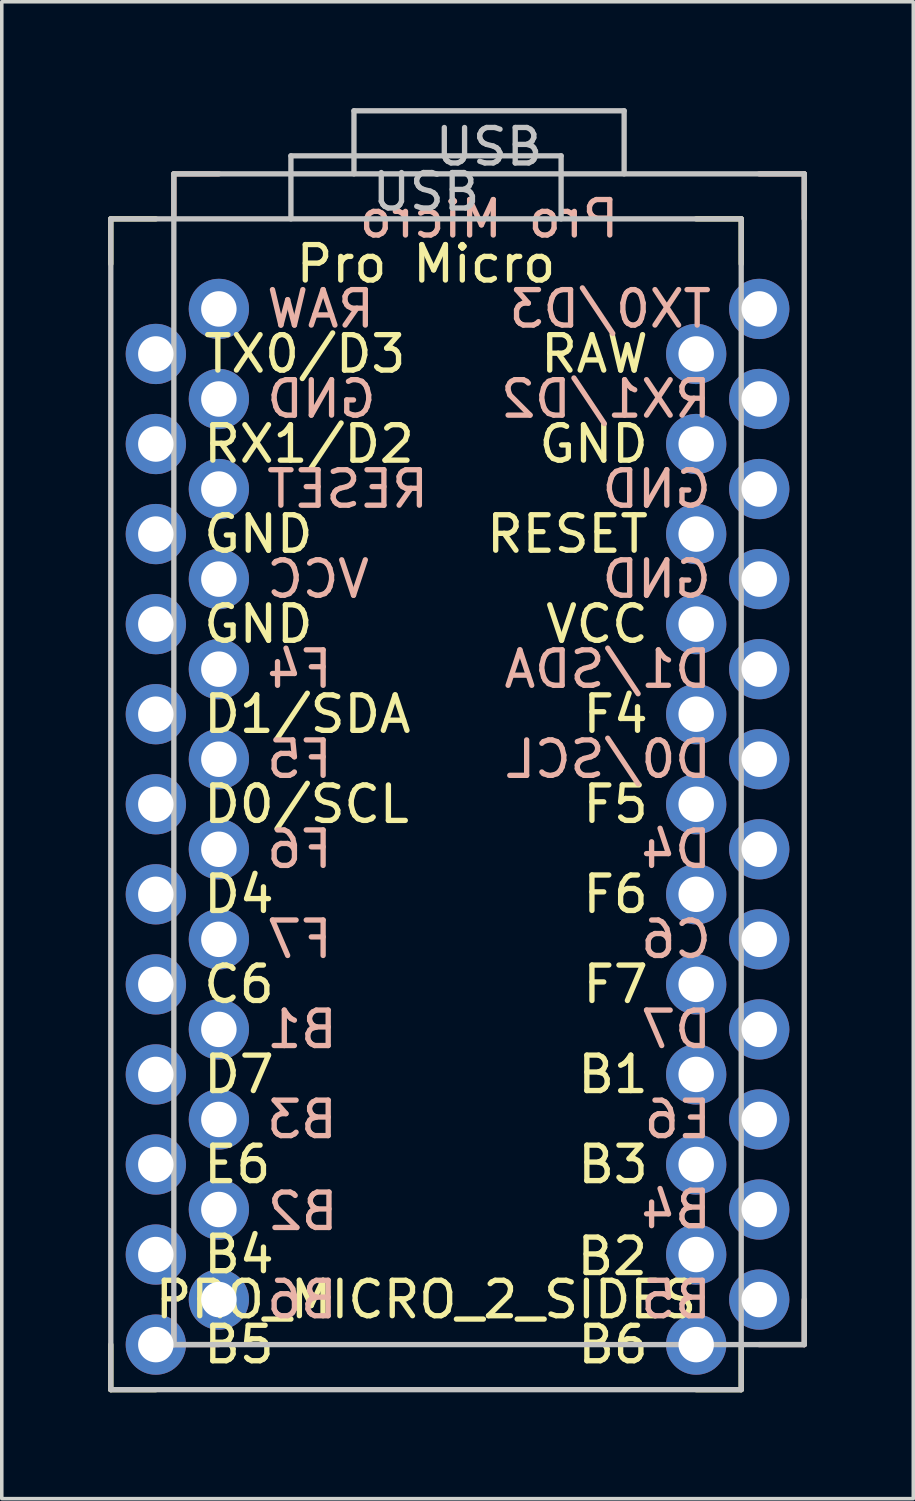
<source format=kicad_pcb>
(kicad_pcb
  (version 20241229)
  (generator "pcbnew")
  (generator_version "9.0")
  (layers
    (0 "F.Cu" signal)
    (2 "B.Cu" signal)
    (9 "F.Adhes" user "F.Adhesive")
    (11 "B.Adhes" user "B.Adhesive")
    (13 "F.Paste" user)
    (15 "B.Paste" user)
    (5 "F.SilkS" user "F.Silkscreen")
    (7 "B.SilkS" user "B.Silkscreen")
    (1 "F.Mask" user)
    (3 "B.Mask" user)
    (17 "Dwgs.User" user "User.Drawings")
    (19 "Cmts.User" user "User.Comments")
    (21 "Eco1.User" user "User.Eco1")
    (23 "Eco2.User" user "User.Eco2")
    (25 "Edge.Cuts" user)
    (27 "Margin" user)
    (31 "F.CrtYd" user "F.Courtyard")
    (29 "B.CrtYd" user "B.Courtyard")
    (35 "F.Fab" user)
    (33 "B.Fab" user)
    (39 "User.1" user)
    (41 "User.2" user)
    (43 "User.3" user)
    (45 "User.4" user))
  (footprint "PRO_MICRO_2_SIDES"
    (layer "F.Cu")
    (at 8.965 19.633)
    (property "Reference" "PRO_MICRO_2_SIDES" (at 0 13.97 0) (layer "F.SilkS") (effects (font (size 1 1) (thickness 0.15))))
    (attr through_hole)
    (fp_line (start -8.89 -16.51) (end -7.62 -16.51) (stroke (width 0.15) (type solid)) (layer "F.SilkS"))
    (fp_line (start -8.89 -15.24) (end -8.89 -16.51) (stroke (width 0.15) (type solid)) (layer "F.SilkS"))
    (fp_line (start -8.89 16.51) (end -8.89 15.24) (stroke (width 0.15) (type solid)) (layer "F.SilkS"))
    (fp_line (start -7.62 16.51) (end -8.89 16.51) (stroke (width 0.15) (type solid)) (layer "F.SilkS"))
    (fp_line (start 7.62 -16.51) (end 8.89 -16.51) (stroke (width 0.15) (type solid)) (layer "F.SilkS"))
    (fp_line (start 7.62 16.51) (end 8.89 16.51) (stroke (width 0.15) (type solid)) (layer "F.SilkS"))
    (fp_line (start 8.89 -16.51) (end 8.89 -15.24) (stroke (width 0.15) (type solid)) (layer "F.SilkS"))
    (fp_line (start 8.89 16.51) (end 8.89 15.24) (stroke (width 0.15) (type solid)) (layer "F.SilkS"))
    (fp_line (start -7.112 -17.78) (end -7.112 -16.51) (stroke (width 0.15) (type solid)) (layer "B.SilkS"))
    (fp_line (start -7.112 15.24) (end -7.112 13.97) (stroke (width 0.15) (type solid)) (layer "B.SilkS"))
    (fp_line (start -5.842 -17.78) (end -7.112 -17.78) (stroke (width 0.15) (type solid)) (layer "B.SilkS"))
    (fp_line (start -5.842 15.24) (end -7.112 15.24) (stroke (width 0.15) (type solid)) (layer "B.SilkS"))
    (fp_line (start 9.398 15.24) (end 10.668 15.24) (stroke (width 0.15) (type solid)) (layer "B.SilkS"))
    (fp_line (start 10.668 -17.78) (end 9.398 -17.78) (stroke (width 0.15) (type solid)) (layer "B.SilkS"))
    (fp_line (start 10.668 -16.51) (end 10.668 -17.78) (stroke (width 0.15) (type solid)) (layer "B.SilkS"))
    (fp_line (start 10.668 15.24) (end 10.668 13.97) (stroke (width 0.15) (type solid)) (layer "B.SilkS"))
    (fp_line (start -8.89 -16.51) (end -8.89 16.51) (stroke (width 0.15) (type solid)) (layer "Dwgs.User"))
    (fp_line (start -8.89 16.51) (end 8.89 16.51) (stroke (width 0.15) (type solid)) (layer "Dwgs.User"))
    (fp_line (start -7.112 -17.78) (end 10.668 -17.78) (stroke (width 0.15) (type solid)) (layer "Dwgs.User"))
    (fp_line (start -7.112 15.24) (end -7.112 -17.78) (stroke (width 0.15) (type solid)) (layer "Dwgs.User"))
    (fp_line (start -3.81 -18.288) (end 3.81 -18.288) (stroke (width 0.15) (type solid)) (layer "Dwgs.User"))
    (fp_line (start -3.81 -16.51) (end -3.81 -18.288) (stroke (width 0.15) (type solid)) (layer "Dwgs.User"))
    (fp_line (start -2.032 -19.558) (end -2.032 -17.78) (stroke (width 0.15) (type solid)) (layer "Dwgs.User"))
    (fp_line (start 3.81 -18.288) (end 3.81 -16.51) (stroke (width 0.15) (type solid)) (layer "Dwgs.User"))
    (fp_line (start 5.588 -19.558) (end -2.032 -19.558) (stroke (width 0.15) (type solid)) (layer "Dwgs.User"))
    (fp_line (start 5.588 -17.78) (end 5.588 -19.558) (stroke (width 0.15) (type solid)) (layer "Dwgs.User"))
    (fp_line (start 8.89 -16.51) (end -8.89 -16.51) (stroke (width 0.15) (type solid)) (layer "Dwgs.User"))
    (fp_line (start 8.89 16.51) (end 8.89 -16.51) (stroke (width 0.15) (type solid)) (layer "Dwgs.User"))
    (fp_line (start 10.668 -17.78) (end 10.668 15.24) (stroke (width 0.15) (type solid)) (layer "Dwgs.User"))
    (fp_line (start 10.668 15.24) (end -7.112 15.24) (stroke (width 0.15) (type solid)) (layer "Dwgs.User"))
    (fp_text user "D7" (at -6.35 7.62 0) (unlocked yes) (layer "F.SilkS") (effects (font (size 1 1) (thickness 0.15)) (justify left)))
    (fp_text user "VCC" (at 6.35 -5.08 0) (unlocked yes) (layer "F.SilkS") (effects (font (size 1 1) (thickness 0.15)) (justify right)))
    (fp_text user "B6" (at 6.35 15.24 0) (unlocked yes) (layer "F.SilkS") (effects (font (size 1 1) (thickness 0.15)) (justify right)))
    (fp_text user "RX1/D2" (at -6.35 -10.16 0) (unlocked yes) (layer "F.SilkS") (effects (font (size 1 1) (thickness 0.15)) (justify left)))
    (fp_text user "B2" (at 6.328 12.752 0) (unlocked yes) (layer "F.SilkS") (effects (font (size 1 1) (thickness 0.15)) (justify right)))
    (fp_text user "TX0/D3" (at -6.35 -12.7 0) (unlocked yes) (layer "F.SilkS") (effects (font (size 1 1) (thickness 0.15)) (justify left)))
    (fp_text user "D0/SCL" (at -6.35 0 0) (unlocked yes) (layer "F.SilkS") (effects (font (size 1 1) (thickness 0.15)) (justify left)))
    (fp_text user "GND" (at -6.35 -5.08 0) (unlocked yes) (layer "F.SilkS") (effects (font (size 1 1) (thickness 0.15)) (justify left)))
    (fp_text user "B1" (at 6.35 7.62 0) (unlocked yes) (layer "F.SilkS") (effects (font (size 1 1) (thickness 0.15)) (justify right)))
    (fp_text user "F6" (at 6.35 2.54 0) (unlocked yes) (layer "F.SilkS") (effects (font (size 1 1) (thickness 0.15)) (justify right)))
    (fp_text user "F5" (at 6.35 0 0) (unlocked yes) (layer "F.SilkS") (effects (font (size 1 1) (thickness 0.15)) (justify right)))
    (fp_text user "F7" (at 6.35 5.08 0) (unlocked yes) (layer "F.SilkS") (effects (font (size 1 1) (thickness 0.15)) (justify right)))
    (fp_text user "RESET" (at 6.35 -7.62 0) (unlocked yes) (layer "F.SilkS") (effects (font (size 1 1) (thickness 0.15)) (justify right)))
    (fp_text user "C6" (at -6.35 5.08 0) (unlocked yes) (layer "F.SilkS") (effects (font (size 1 1) (thickness 0.15)) (justify left)))
    (fp_text user "B3" (at 6.35 10.16 0) (unlocked yes) (layer "F.SilkS") (effects (font (size 1 1) (thickness 0.15)) (justify right)))
    (fp_text user "GND" (at -6.35 -7.62 0) (unlocked yes) (layer "F.SilkS") (effects (font (size 1 1) (thickness 0.15)) (justify left)))
    (fp_text user "Pro Micro" (at 0 -15.24 0) (unlocked yes) (layer "F.SilkS") (effects (font (size 1 1) (thickness 0.15))))
    (fp_text user "D1/SDA" (at -6.35 -2.54 0) (unlocked yes) (layer "F.SilkS") (effects (font (size 1 1) (thickness 0.15)) (justify left)))
    (fp_text user "F4" (at 6.35 -2.54 0) (unlocked yes) (layer "F.SilkS") (effects (font (size 1 1) (thickness 0.15)) (justify right)))
    (fp_text user "D4" (at -6.35 2.54 0) (unlocked yes) (layer "F.SilkS") (effects (font (size 1 1) (thickness 0.15)) (justify left)))
    (fp_text user "B5" (at -6.35 15.24 0) (unlocked yes) (layer "F.SilkS") (effects (font (size 1 1) (thickness 0.15)) (justify left)))
    (fp_text user "E6" (at -6.35 10.16 0) (unlocked yes) (layer "F.SilkS") (effects (font (size 1 1) (thickness 0.15)) (justify left)))
    (fp_text user "GND" (at 6.35 -10.16 0) (unlocked yes) (layer "F.SilkS") (effects (font (size 1 1) (thickness 0.15)) (justify right)))
    (fp_text user "RAW" (at 6.35 -12.7 0) (unlocked yes) (layer "F.SilkS") (effects (font (size 1 1) (thickness 0.15)) (justify right)))
    (fp_text user "B4" (at -6.35 12.7 0) (unlocked yes) (layer "F.SilkS") (effects (font (size 1 1) (thickness 0.15)) (justify left)))
    (fp_text user "F7" (at -4.572 3.81 0) (unlocked yes) (layer "B.SilkS") (effects (font (size 1 1) (thickness 0.15)) (justify right mirror)))
    (fp_text user "C6" (at 8.128 3.81 0) (unlocked yes) (layer "B.SilkS") (effects (font (size 1 1) (thickness 0.15)) (justify left mirror)))
    (fp_text user "GND" (at 8.128 -6.35 0) (unlocked yes) (layer "B.SilkS") (effects (font (size 1 1) (thickness 0.15)) (justify left mirror)))
    (fp_text user "Pro Micro" (at 1.778 -16.51 0) (unlocked yes) (layer "B.SilkS") (effects (font (size 1 1) (thickness 0.15)) (justify mirror)))
    (fp_text user "F5" (at -4.572 -1.27 0) (unlocked yes) (layer "B.SilkS") (effects (font (size 1 1) (thickness 0.15)) (justify right mirror)))
    (fp_text user "RAW" (at -4.572 -13.97 0) (unlocked yes) (layer "B.SilkS") (effects (font (size 1 1) (thickness 0.15)) (justify right mirror)))
    (fp_text user "D7" (at 8.128 6.35 0) (unlocked yes) (layer "B.SilkS") (effects (font (size 1 1) (thickness 0.15)) (justify left mirror)))
    (fp_text user "RX1/D2" (at 8.128 -11.43 0) (unlocked yes) (layer "B.SilkS") (effects (font (size 1 1) (thickness 0.15)) (justify left mirror)))
    (fp_text user "VCC" (at -4.572 -6.35 0) (unlocked yes) (layer "B.SilkS") (effects (font (size 1 1) (thickness 0.15)) (justify right mirror)))
    (fp_text user "B2" (at -4.55 11.482 0) (unlocked yes) (layer "B.SilkS") (effects (font (size 1 1) (thickness 0.15)) (justify right mirror)))
    (fp_text user "D0/SCL" (at 8.128 -1.27 0) (unlocked yes) (layer "B.SilkS") (effects (font (size 1 1) (thickness 0.15)) (justify left mirror)))
    (fp_text user "E6" (at 8.128 8.89 0) (unlocked yes) (layer "B.SilkS") (effects (font (size 1 1) (thickness 0.15)) (justify left mirror)))
    (fp_text user "GND" (at 8.128 -8.89 0) (unlocked yes) (layer "B.SilkS") (effects (font (size 1 1) (thickness 0.15)) (justify left mirror)))
    (fp_text user "B5" (at 8.128 13.97 0) (unlocked yes) (layer "B.SilkS") (effects (font (size 1 1) (thickness 0.15)) (justify left mirror)))
    (fp_text user "B4" (at 8.128 11.43 0) (unlocked yes) (layer "B.SilkS") (effects (font (size 1 1) (thickness 0.15)) (justify left mirror)))
    (fp_text user "D1/SDA" (at 8.128 -3.81 0) (unlocked yes) (layer "B.SilkS") (effects (font (size 1 1) (thickness 0.15)) (justify left mirror)))
    (fp_text user "B6" (at -4.572 13.97 0) (unlocked yes) (layer "B.SilkS") (effects (font (size 1 1) (thickness 0.15)) (justify right mirror)))
    (fp_text user "F4" (at -4.572 -3.81 0) (unlocked yes) (layer "B.SilkS") (effects (font (size 1 1) (thickness 0.15)) (justify right mirror)))
    (fp_text user "GND" (at -4.572 -11.43 0) (unlocked yes) (layer "B.SilkS") (effects (font (size 1 1) (thickness 0.15)) (justify right mirror)))
    (fp_text user "D4" (at 8.128 1.27 0) (unlocked yes) (layer "B.SilkS") (effects (font (size 1 1) (thickness 0.15)) (justify left mirror)))
    (fp_text user "TX0/D3" (at 8.128 -13.97 0) (unlocked yes) (layer "B.SilkS") (effects (font (size 1 1) (thickness 0.15)) (justify left mirror)))
    (fp_text user "B3" (at -4.572 8.89 0) (unlocked yes) (layer "B.SilkS") (effects (font (size 1 1) (thickness 0.15)) (justify right mirror)))
    (fp_text user "B1" (at -4.572 6.35 0) (unlocked yes) (layer "B.SilkS") (effects (font (size 1 1) (thickness 0.15)) (justify right mirror)))
    (fp_text user "F6" (at -4.572 1.27 0) (unlocked yes) (layer "B.SilkS") (effects (font (size 1 1) (thickness 0.15)) (justify right mirror)))
    (fp_text user "RESET" (at -4.572 -8.89 0) (unlocked yes) (layer "B.SilkS") (effects (font (size 1 1) (thickness 0.15)) (justify right mirror)))
    (fp_text user "USB" (at 0 -17.272 0) (layer "Dwgs.User") (effects (font (size 1 1) (thickness 0.15))))
    (fp_text user "USB" (at 1.778 -18.542 0) (layer "Dwgs.User") (effects (font (size 1 1) (thickness 0.15))))
    (pad "1" thru_hole circle (at -7.62 -12.7) (size 1.7 1.7) (drill 1) (layers "*.Cu" "*.Mask"))
    (pad "1" thru_hole circle (at 9.398 -13.97) (size 1.7 1.7) (drill 1) (layers "*.Cu" "*.Mask"))
    (pad "2" thru_hole circle (at -7.62 -10.16) (size 1.7 1.7) (drill 1) (layers "*.Cu" "*.Mask"))
    (pad "2" thru_hole circle (at 9.398 -11.43) (size 1.7 1.7) (drill 1) (layers "*.Cu" "*.Mask"))
    (pad "3" thru_hole circle (at -7.62 -7.62) (size 1.7 1.7) (drill 1) (layers "*.Cu" "*.Mask"))
    (pad "3" thru_hole circle (at 9.398 -8.89) (size 1.7 1.7) (drill 1) (layers "*.Cu" "*.Mask"))
    (pad "4" thru_hole circle (at -7.62 -5.08) (size 1.7 1.7) (drill 1) (layers "*.Cu" "*.Mask"))
    (pad "4" thru_hole circle (at 9.398 -6.35) (size 1.7 1.7) (drill 1) (layers "*.Cu" "*.Mask"))
    (pad "5" thru_hole circle (at -7.62 -2.54) (size 1.7 1.7) (drill 1) (layers "*.Cu" "*.Mask"))
    (pad "5" thru_hole circle (at 9.398 -3.81) (size 1.7 1.7) (drill 1) (layers "*.Cu" "*.Mask"))
    (pad "6" thru_hole circle (at -7.62 0) (size 1.7 1.7) (drill 1) (layers "*.Cu" "*.Mask"))
    (pad "6" thru_hole circle (at 9.398 -1.27) (size 1.7 1.7) (drill 1) (layers "*.Cu" "*.Mask"))
    (pad "7" thru_hole circle (at -7.62 2.54) (size 1.7 1.7) (drill 1) (layers "*.Cu" "*.Mask"))
    (pad "7" thru_hole circle (at 9.398 1.27) (size 1.7 1.7) (drill 1) (layers "*.Cu" "*.Mask"))
    (pad "8" thru_hole circle (at -7.62 5.08) (size 1.7 1.7) (drill 1) (layers "*.Cu" "*.Mask"))
    (pad "8" thru_hole circle (at 9.398 3.81) (size 1.7 1.7) (drill 1) (layers "*.Cu" "*.Mask"))
    (pad "9" thru_hole circle (at -7.62 7.62) (size 1.7 1.7) (drill 1) (layers "*.Cu" "*.Mask"))
    (pad "9" thru_hole circle (at 9.398 6.35) (size 1.7 1.7) (drill 1) (layers "*.Cu" "*.Mask"))
    (pad "10" thru_hole circle (at -7.62 10.16) (size 1.7 1.7) (drill 1) (layers "*.Cu" "*.Mask"))
    (pad "10" thru_hole circle (at 9.398 8.89) (size 1.7 1.7) (drill 1) (layers "*.Cu" "*.Mask"))
    (pad "11" thru_hole circle (at -7.62 12.7) (size 1.7 1.7) (drill 1) (layers "*.Cu" "*.Mask"))
    (pad "11" thru_hole circle (at 9.398 11.43) (size 1.7 1.7) (drill 1) (layers "*.Cu" "*.Mask"))
    (pad "12" thru_hole circle (at -7.62 15.24) (size 1.7 1.7) (drill 1) (layers "*.Cu" "*.Mask"))
    (pad "12" thru_hole circle (at 9.398 13.97) (size 1.7 1.7) (drill 1) (layers "*.Cu" "*.Mask"))
    (pad "13" thru_hole circle (at -5.842 13.97) (size 1.7 1.7) (drill 1) (layers "*.Cu" "*.Mask"))
    (pad "13" thru_hole circle (at 7.62 15.24) (size 1.7 1.7) (drill 1) (layers "*.Cu" "*.Mask"))
    (pad "14" thru_hole circle (at -5.842 11.43) (size 1.7 1.7) (drill 1) (layers "*.Cu" "*.Mask"))
    (pad "14" thru_hole circle (at 7.62 12.7) (size 1.7 1.7) (drill 1) (layers "*.Cu" "*.Mask"))
    (pad "15" thru_hole circle (at -5.842 8.89) (size 1.7 1.7) (drill 1) (layers "*.Cu" "*.Mask"))
    (pad "15" thru_hole circle (at 7.62 10.16) (size 1.7 1.7) (drill 1) (layers "*.Cu" "*.Mask"))
    (pad "16" thru_hole circle (at -5.842 6.35) (size 1.7 1.7) (drill 1) (layers "*.Cu" "*.Mask"))
    (pad "16" thru_hole circle (at 7.62 7.62) (size 1.7 1.7) (drill 1) (layers "*.Cu" "*.Mask"))
    (pad "17" thru_hole circle (at -5.842 3.81) (size 1.7 1.7) (drill 1) (layers "*.Cu" "*.Mask"))
    (pad "17" thru_hole circle (at 7.62 5.08) (size 1.7 1.7) (drill 1) (layers "*.Cu" "*.Mask"))
    (pad "18" thru_hole circle (at -5.842 1.27) (size 1.7 1.7) (drill 1) (layers "*.Cu" "*.Mask"))
    (pad "18" thru_hole circle (at 7.62 2.54) (size 1.7 1.7) (drill 1) (layers "*.Cu" "*.Mask"))
    (pad "19" thru_hole circle (at -5.842 -1.27) (size 1.7 1.7) (drill 1) (layers "*.Cu" "*.Mask"))
    (pad "19" thru_hole circle (at 7.62 0) (size 1.7 1.7) (drill 1) (layers "*.Cu" "*.Mask"))
    (pad "20" thru_hole circle (at -5.842 -3.81) (size 1.7 1.7) (drill 1) (layers "*.Cu" "*.Mask"))
    (pad "20" thru_hole circle (at 7.62 -2.54) (size 1.7 1.7) (drill 1) (layers "*.Cu" "*.Mask"))
    (pad "21" thru_hole circle (at -5.842 -6.35) (size 1.7 1.7) (drill 1) (layers "*.Cu" "*.Mask"))
    (pad "21" thru_hole circle (at 7.62 -5.08) (size 1.7 1.7) (drill 1) (layers "*.Cu" "*.Mask"))
    (pad "22" thru_hole circle (at -5.842 -8.89) (size 1.7 1.7) (drill 1) (layers "*.Cu" "*.Mask"))
    (pad "22" thru_hole circle (at 7.62 -7.62) (size 1.7 1.7) (drill 1) (layers "*.Cu" "*.Mask"))
    (pad "23" thru_hole circle (at -5.842 -11.43) (size 1.7 1.7) (drill 1) (layers "*.Cu" "*.Mask"))
    (pad "23" thru_hole circle (at 7.62 -10.16) (size 1.7 1.7) (drill 1) (layers "*.Cu" "*.Mask"))
    (pad "24" thru_hole circle (at -5.842 -13.97) (size 1.7 1.7) (drill 1) (layers "*.Cu" "*.Mask"))
    (pad "24" thru_hole circle (at 7.62 -12.7) (size 1.7 1.7) (drill 1) (layers "*.Cu" "*.Mask")))
  (gr_rect
    (start -3 -3)
    (end 22.708 39.218)
    (stroke (width 0.1) (type default))
    (fill no)
    (layer "Edge.Cuts")))
</source>
